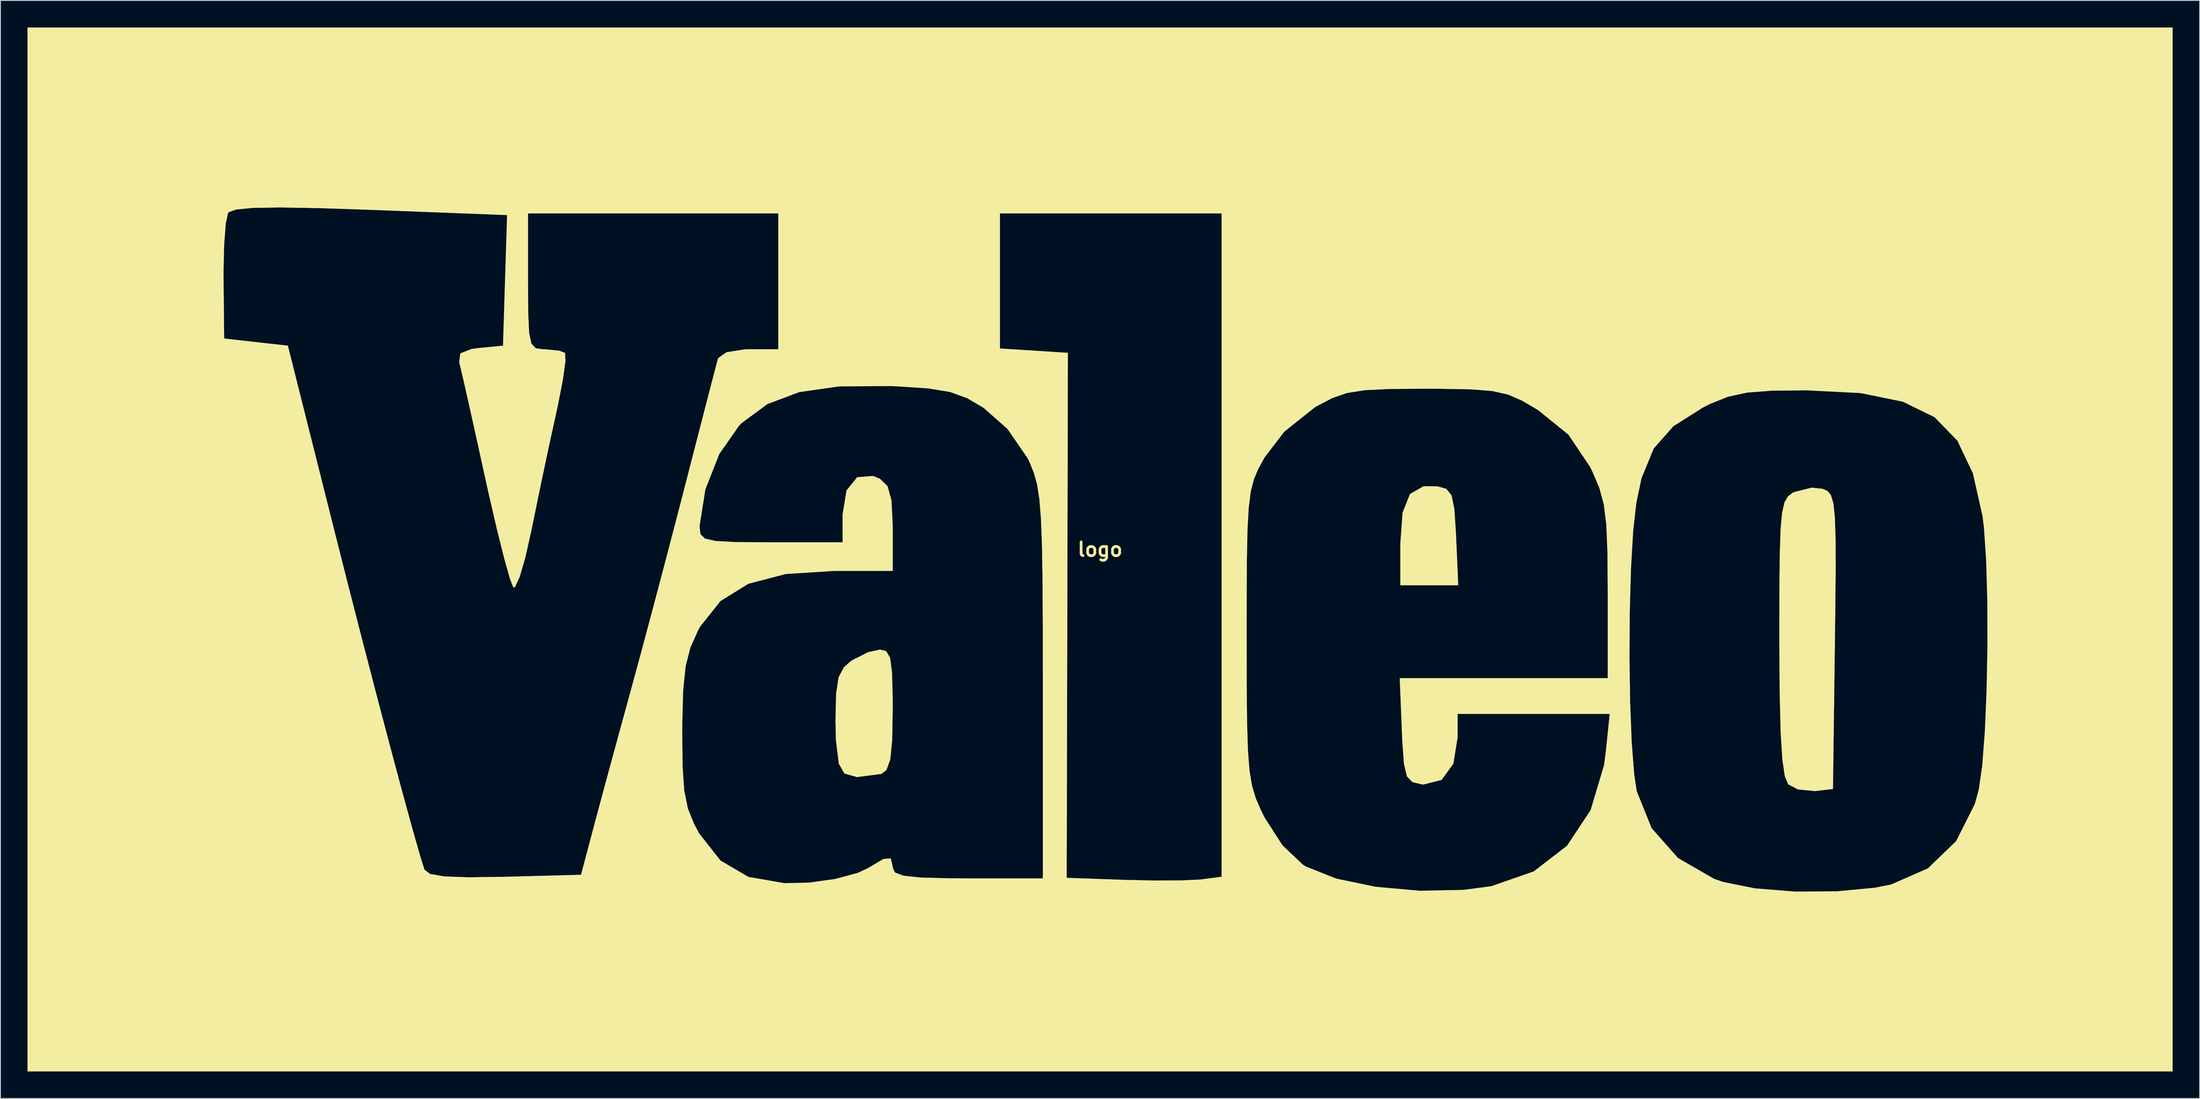
<source format=kicad_pcb>
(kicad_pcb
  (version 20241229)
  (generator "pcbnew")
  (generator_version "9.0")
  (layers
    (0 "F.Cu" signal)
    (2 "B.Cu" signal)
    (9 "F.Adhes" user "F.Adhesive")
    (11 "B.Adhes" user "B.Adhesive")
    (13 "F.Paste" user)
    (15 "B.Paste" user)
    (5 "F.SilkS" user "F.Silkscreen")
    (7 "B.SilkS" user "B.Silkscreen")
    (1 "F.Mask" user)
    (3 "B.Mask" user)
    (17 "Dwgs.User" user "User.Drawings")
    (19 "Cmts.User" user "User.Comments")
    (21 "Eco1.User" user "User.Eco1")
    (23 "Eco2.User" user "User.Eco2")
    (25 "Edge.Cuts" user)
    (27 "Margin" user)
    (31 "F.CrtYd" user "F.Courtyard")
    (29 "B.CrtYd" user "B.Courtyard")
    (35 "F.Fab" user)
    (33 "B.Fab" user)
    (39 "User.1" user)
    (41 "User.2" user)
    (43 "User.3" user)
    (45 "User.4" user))
  (footprint "logo"
    (layer "F.Cu")
    (at 119.067 57.949)
    (property "Reference" "logo" (at 0 0 0) (layer "F.SilkS") (effects (font (size 1.524 1.524) (thickness 0.3))))
    (attr through_hole)
    (fp_poly (pts (xy 37.461 -7.006) (xy 38.443 -6.729) (xy 39.021 -6.001) (xy 39.332 -4.455) (xy 39.51 -1.724) (xy 39.525 -1.389) (xy 39.76 3.969) (xy 33.337 3.969) (xy 33.337 -0.697) (xy 33.585 -4.098) (xy 34.403 -6.148) (xy 35.901 -7.017) (xy 37.461 -7.006)) (stroke (width 0.01) (type solid)) (fill yes) (layer "F.SilkS"))
    (fp_poly (pts (xy -23.735 11.29) (xy -23.313 12.027) (xy -23.097 13.627) (xy -23.023 16.396) (xy -23.019 17.774) (xy -23.078 21.189) (xy -23.29 23.322) (xy -23.71 24.477) (xy -24.274 24.918) (xy -26.985 25.266) (xy -28.377 24.874) (xy -28.999 23.786) (xy -29.321 21.158) (xy -29.369 19.029) (xy -29.302 16.032) (xy -29.024 14.185) (xy -28.419 13.05) (xy -27.605 12.348) (xy -25.754 11.404) (xy -24.43 11.113) (xy -23.735 11.29)) (stroke (width 0.01) (type solid)) (fill yes) (layer "F.SilkS"))
    (fp_poly (pts (xy 80.215 -6.732) (xy 80.741 -6.497) (xy 81.131 -6.035) (xy 81.401 -5.138) (xy 81.567 -3.598) (xy 81.647 -1.209) (xy 81.657 2.238) (xy 81.614 6.949) (xy 81.574 10.179) (xy 81.359 26.591) (xy 79.369 26.823) (xy 77.461 26.638) (xy 76.393 26.069) (xy 76.017 25.178) (xy 75.738 23.267) (xy 75.55 20.196) (xy 75.442 15.824) (xy 75.406 10.011) (xy 75.406 9.791) (xy 75.414 4.498) (xy 75.453 0.571) (xy 75.545 -2.21) (xy 75.712 -4.066) (xy 75.976 -5.217) (xy 76.359 -5.884) (xy 76.883 -6.288) (xy 77.024 -6.366) (xy 78.995 -6.86) (xy 80.215 -6.732)) (stroke (width 0.01) (type solid)) (fill yes) (layer "F.SilkS"))
    (fp_poly (pts (xy 119.062 57.944) (xy -119.062 57.944) (xy -119.062 -30.835) (xy -97.305 -30.835) (xy -97.301 -29.932) (xy -97.234 -23.416) (xy -90.161 -22.622) (xy -85.274 -3.175) (xy -83.592 3.47) (xy -81.908 10.033) (xy -80.278 16.3) (xy -78.76 22.058) (xy -77.41 27.092) (xy -76.284 31.19) (xy -75.441 34.137) (xy -74.998 35.547) (xy -74.389 36.02) (xy -72.826 36.297) (xy -70.096 36.396) (xy -66.128 36.341) (xy -57.615 36.116) (xy -56.25 30.956) (xy -55.489 28.115) (xy -54.446 24.263) (xy -53.35 20.241) (xy -46.383 20.241) (xy -46.345 24.079) (xy -46.161 26.773) (xy -45.755 28.764) (xy -45.056 30.494) (xy -44.506 31.517) (xy -42.137 34.538) (xy -39.044 36.351) (xy -35.02 37.049) (xy -32.317 36.99) (xy -29.418 36.587) (xy -26.899 35.908) (xy -25.796 35.395) (xy -24.053 34.363) (xy -23.236 34.297) (xy -23.02 35.189) (xy -23.019 35.322) (xy -22.763 35.866) (xy -21.826 36.219) (xy -19.95 36.42) (xy -16.88 36.503) (xy -14.684 36.513) (xy -6.35 36.513) (xy -6.35 14.935) (xy -6.356 8.477) (xy -6.384 3.4) (xy -6.448 -0.502) (xy -6.561 -3.434) (xy -6.737 -5.603) (xy -6.991 -7.215) (xy -7.336 -8.477) (xy -7.785 -9.593) (xy -8.034 -10.121) (xy -10.281 -13.39) (xy -12.935 -15.729) (xy -14.772 -16.805) (xy -16.646 -17.483) (xy -19.043 -17.88) (xy -22.451 -18.107) (xy -23.233 -18.14) (xy -28.933 -18.11) (xy -33.406 -17.468) (xy -36.921 -16.144) (xy -39.744 -14.069) (xy -40.084 -13.73) (xy -42.269 -10.599) (xy -43.819 -6.66) (xy -44.448 -2.651) (xy -44.45 -2.427) (xy -44.351 -1.684) (xy -43.86 -1.209) (xy -42.691 -0.941) (xy -40.554 -0.823) (xy -37.162 -0.794) (xy -36.513 -0.794) (xy -28.575 -0.794) (xy -28.575 -3.929) (xy -28.142 -6.558) (xy -26.957 -8.023) (xy -25.193 -8.16) (xy -24.428 -7.842) (xy -23.594 -7.027) (xy -23.158 -5.462) (xy -23.02 -2.757) (xy -23.019 -2.353) (xy -23.019 2.381) (xy -29.515 2.381) (xy -34.902 2.724) (xy -39.044 3.809) (xy -42.14 5.726) (xy -44.392 8.562) (xy -44.639 9.013) (xy -45.479 10.897) (xy -46.003 12.948) (xy -46.28 15.609) (xy -46.378 19.323) (xy -46.383 20.241) (xy -53.35 20.241) (xy -53.262 19.92) (xy -52.152 15.875) (xy -50.951 11.457) (xy -49.514 6.079) (xy -47.993 0.319) (xy -46.542 -5.244) (xy -46.052 -7.144) (xy -44.924 -11.528) (xy -43.922 -15.408) (xy -43.118 -18.509) (xy -42.584 -20.554) (xy -42.402 -21.233) (xy -41.466 -21.897) (xy -39.424 -22.215) (xy -38.919 -22.225) (xy -35.719 -22.225) (xy -35.719 -37.306) (xy -11.113 -37.306) (xy -11.113 -22.312) (xy -7.342 -22.07) (xy -3.572 -21.828) (xy -3.705 36.453) (xy 2.712 36.681) (xy 6.05 36.755) (xy 9.029 36.742) (xy 11.084 36.646) (xy 11.311 36.621) (xy 13.494 36.332) (xy 13.494 9.525) (xy 16.272 9.525) (xy 16.279 15.026) (xy 16.318 19.194) (xy 16.413 22.284) (xy 16.589 24.548) (xy 16.871 26.242) (xy 17.285 27.62) (xy 17.854 28.936) (xy 18.256 29.752) (xy 20.246 32.843) (xy 22.517 34.995) (xy 22.85 35.2) (xy 26.209 36.538) (xy 30.591 37.452) (xy 35.473 37.89) (xy 40.334 37.794) (xy 43.449 37.38) (xy 48.134 35.749) (xy 51.827 32.908) (xy 54.457 28.944) (xy 55.95 23.94) (xy 56.138 22.521) (xy 56.578 18.256) (xy 39.688 18.256) (xy 39.688 20.883) (xy 39.218 23.787) (xy 37.905 25.586) (xy 35.891 26.095) (xy 35.674 26.071) (xy 34.667 25.821) (xy 34.064 25.187) (xy 33.737 23.812) (xy 33.557 21.342) (xy 33.501 20.042) (xy 33.268 14.287) (xy 56.356 14.287) (xy 56.356 12) (xy 58.769 12) (xy 58.841 16.967) (xy 59.016 21.425) (xy 59.295 24.983) (xy 59.572 26.832) (xy 61.228 30.943) (xy 64.156 34.259) (xy 68.149 36.56) (xy 69.148 36.908) (xy 72.681 37.625) (xy 77.108 37.978) (xy 81.772 37.957) (xy 86.02 37.554) (xy 87.825 37.194) (xy 91.902 35.402) (xy 95.035 32.381) (xy 97.111 28.254) (xy 97.549 26.65) (xy 97.93 24.028) (xy 98.221 20.226) (xy 98.416 15.646) (xy 98.51 10.695) (xy 98.498 5.775) (xy 98.373 1.29) (xy 98.13 -2.353) (xy 97.966 -3.706) (xy 96.894 -8.459) (xy 95.173 -12.08) (xy 92.631 -14.691) (xy 89.101 -16.412) (xy 84.411 -17.365) (xy 78.411 -17.67) (xy 74.557 -17.627) (xy 71.811 -17.415) (xy 69.696 -16.954) (xy 67.734 -16.167) (xy 66.975 -15.789) (xy 63.647 -13.687) (xy 61.459 -11.205) (xy 60.102 -7.898) (xy 59.526 -5.155) (xy 59.179 -2.054) (xy 58.937 2.099) (xy 58.801 6.914) (xy 58.769 12) (xy 56.356 12) (xy 56.356 4.521) (xy 56.326 0.274) (xy 56.199 -2.773) (xy 55.92 -5.007) (xy 55.433 -6.815) (xy 54.683 -8.583) (xy 54.395 -9.171) (xy 51.994 -12.748) (xy 48.64 -15.463) (xy 46.873 -16.508) (xy 45.313 -17.19) (xy 43.553 -17.588) (xy 41.182 -17.778) (xy 37.791 -17.839) (xy 36.116 -17.844) (xy 32.172 -17.82) (xy 29.408 -17.686) (xy 27.414 -17.373) (xy 25.783 -16.811) (xy 24.106 -15.931) (xy 23.804 -15.754) (xy 20.442 -13.07) (xy 18.248 -10.198) (xy 17.582 -8.982) (xy 17.086 -7.818) (xy 16.734 -6.457) (xy 16.502 -4.655) (xy 16.364 -2.162) (xy 16.296 1.268) (xy 16.274 5.881) (xy 16.272 9.525) (xy 13.494 9.525) (xy 13.494 -37.306) (xy -11.113 -37.306) (xy -35.719 -37.306) (xy -63.5 -37.306) (xy -63.5 -29.766) (xy -63.483 -26.271) (xy -63.384 -24.067) (xy -63.13 -22.857) (xy -62.648 -22.342) (xy -61.865 -22.226) (xy -61.648 -22.225) (xy -60.035 -22.067) (xy -59.382 -21.812) (xy -59.351 -20.897) (xy -59.635 -18.84) (xy -60.178 -16.04) (xy -60.348 -15.263) (xy -61.196 -11.393) (xy -62.153 -6.87) (xy -63.029 -2.598) (xy -63.122 -2.135) (xy -63.794 0.86) (xy -64.436 3.065) (xy -64.95 4.172) (xy -65.131 4.215) (xy -65.509 3.248) (xy -66.137 1.017) (xy -66.939 -2.186) (xy -67.842 -6.07) (xy -68.256 -7.938) (xy -69.169 -12.1) (xy -69.986 -15.78) (xy -70.637 -18.666) (xy -71.052 -20.443) (xy -71.138 -20.783) (xy -71.022 -21.763) (xy -69.75 -22.262) (xy -68.894 -22.37) (xy -66.278 -22.622) (xy -66.051 -29.871) (xy -65.824 -37.121) (xy -81.027 -37.706) (xy -86.75 -37.897) (xy -91.037 -37.969) (xy -94.032 -37.92) (xy -95.884 -37.745) (xy -96.737 -37.442) (xy -96.798 -37.37) (xy -97.056 -36.186) (xy -97.234 -33.86) (xy -97.305 -30.835) (xy -119.062 -30.835) (xy -119.062 -57.944) (xy 119.062 -57.944) (xy 119.062 57.944)) (stroke (width 0.01) (type solid)) (fill yes) (layer "F.SilkS")))
  (gr_rect
    (start -3 -3)
    (end 241.135 118.897)
    (stroke (width 0.1) (type default))
    (fill no)
    (layer "Edge.Cuts")))
</source>
